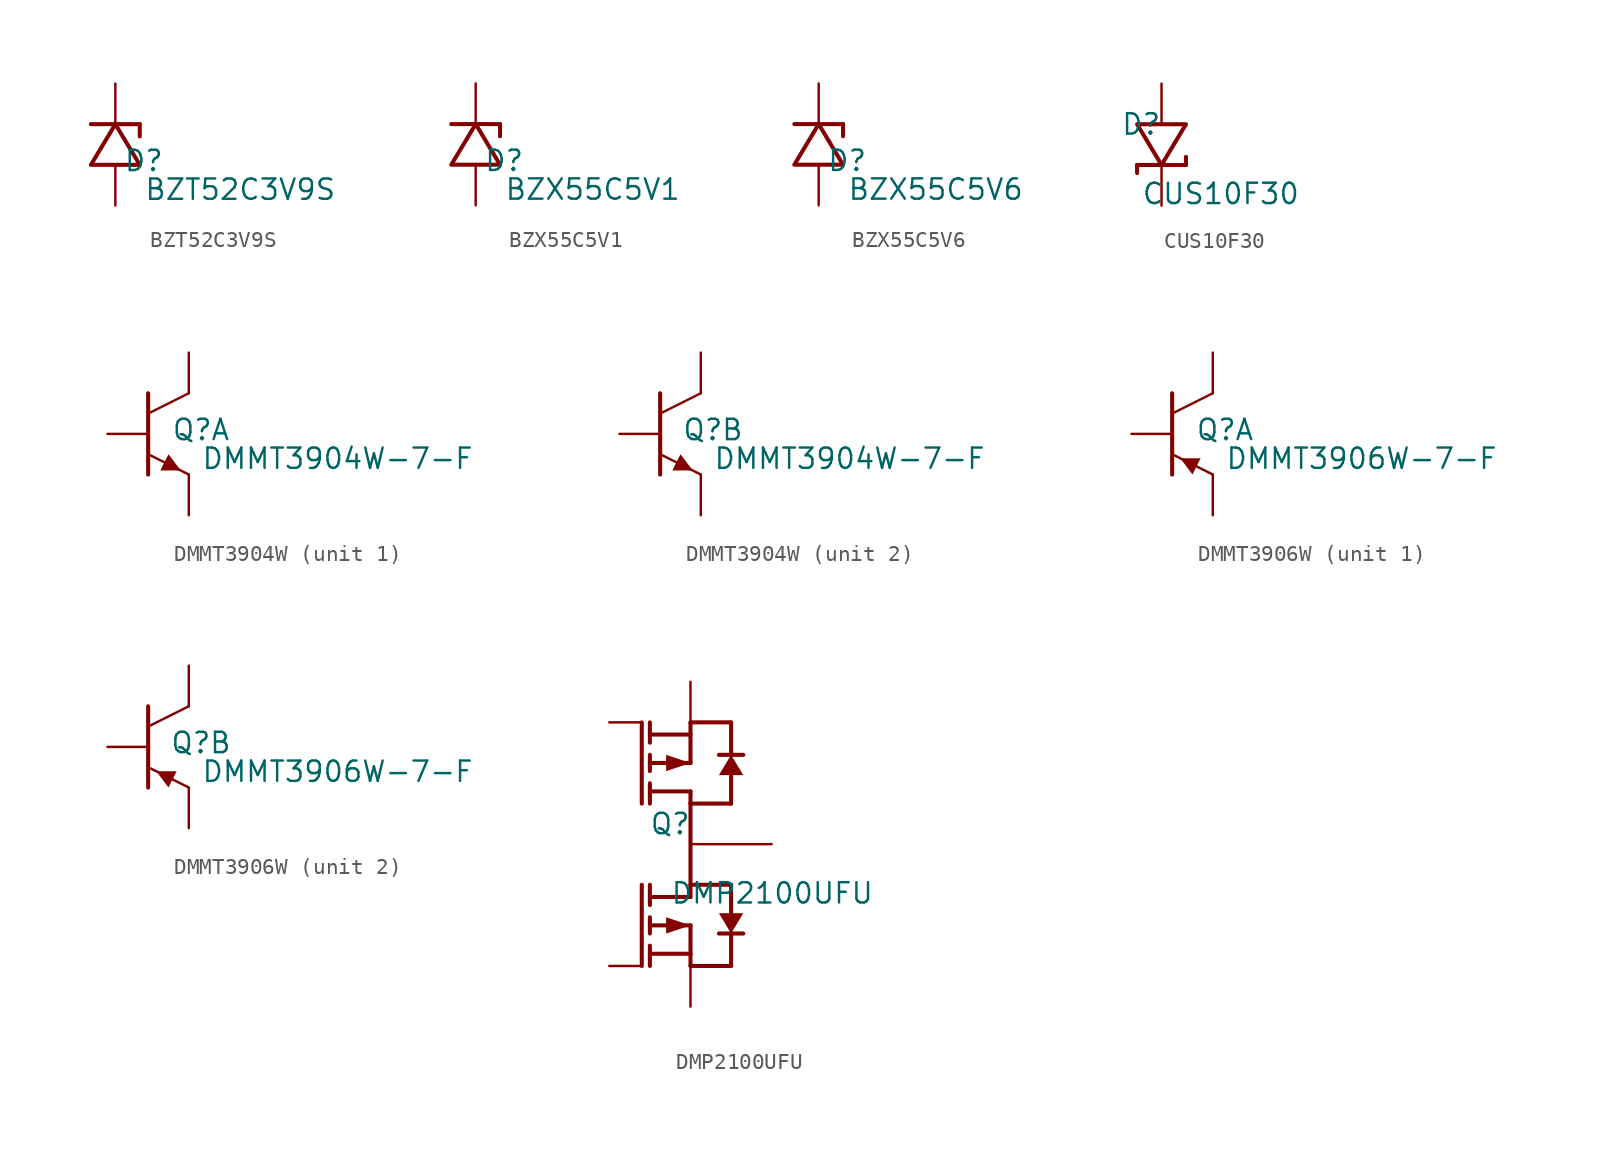
<source format=kicad_sym>
(kicad_symbol_lib
  (version 20231120)
  (generator "kicad_symbol_editor")
  (generator_version "8.0")
  (symbol "BZT52C3V9S"
    (property "Reference" "D"
      (at 1.778 -1.016 0)
      (effects (font (size 1.27 1.27))))
    (property "Value" "BZT52C3V9S"
      (at 1.778 -3.556 0)
      (effects (font (size 1.27 1.27)) (justify left bottom)))
    (symbol "BZT52C3V9S_1_0"
      (polyline (pts (xy -1.524 1.27) (xy 1.524 1.27)) (stroke (width 0.254) (type solid)) (fill (type none)))
      (polyline (pts (xy 1.524 1.27) (xy 1.524 0.508)) (stroke (width 0.254) (type solid)) (fill (type none)))
      (polyline (pts (xy 1.524 -1.27) (xy -1.524 -1.27) (xy 0 1.27) (xy 1.524 -1.27)) (stroke (width 0.254) (type solid)) (fill (type none)))
      (pin passive line (at 0 -3.81 90) (length 2.54) (name "A" (effects (font (size 0 0)))) (number "A" (effects (font (size 0 0)))))
      (pin passive line (at 0 3.81 270) (length 2.54) (name "K" (effects (font (size 0 0)))) (number "K" (effects (font (size 0 0)))))))
  (symbol "BZX55C5V1"
    (property "Reference" "D"
      (at 1.778 -1.016 0)
      (effects (font (size 1.27 1.27))))
    (property "Value" "BZX55C5V1"
      (at 1.778 -3.556 0)
      (effects (font (size 1.27 1.27)) (justify left bottom)))
    (symbol "BZX55C5V1_1_0"
      (polyline (pts (xy -1.524 1.27) (xy 1.524 1.27)) (stroke (width 0.254) (type solid)) (fill (type none)))
      (polyline (pts (xy 1.524 1.27) (xy 1.524 0.508)) (stroke (width 0.254) (type solid)) (fill (type none)))
      (polyline (pts (xy 1.524 -1.27) (xy -1.524 -1.27) (xy 0 1.27) (xy 1.524 -1.27)) (stroke (width 0.254) (type solid)) (fill (type none)))
      (pin passive line (at 0 -3.81 90) (length 2.54) (name "A" (effects (font (size 0 0)))) (number "A" (effects (font (size 0 0)))))
      (pin passive line (at 0 3.81 270) (length 2.54) (name "K" (effects (font (size 0 0)))) (number "K" (effects (font (size 0 0)))))))
  (symbol "BZX55C5V6"
    (property "Reference" "D"
      (at 1.778 -1.016 0)
      (effects (font (size 1.27 1.27))))
    (property "Value" "BZX55C5V6"
      (at 1.778 -3.556 0)
      (effects (font (size 1.27 1.27)) (justify left bottom)))
    (symbol "BZX55C5V6_1_0"
      (polyline (pts (xy -1.524 1.27) (xy 1.524 1.27)) (stroke (width 0.254) (type solid)) (fill (type none)))
      (polyline (pts (xy 1.524 1.27) (xy 1.524 0.508)) (stroke (width 0.254) (type solid)) (fill (type none)))
      (polyline (pts (xy 1.524 -1.27) (xy -1.524 -1.27) (xy 0 1.27) (xy 1.524 -1.27)) (stroke (width 0.254) (type solid)) (fill (type none)))
      (pin passive line (at 0 -3.81 90) (length 2.54) (name "A" (effects (font (size 0 0)))) (number "A" (effects (font (size 0 0)))))
      (pin passive line (at 0 3.81 270) (length 2.54) (name "K" (effects (font (size 0 0)))) (number "K" (effects (font (size 0 0)))))))
  (symbol "CUS10F30"
    (property "Reference" "D"
      (at -1.27 1.27 0)
      (effects (font (size 1.27 1.27))))
    (property "Value" "CUS10F30"
      (at -1.27 -3.81 0)
      (effects (font (size 1.27 1.27)) (justify left bottom)))
    (symbol "CUS10F30_1_0"
      (polyline (pts (xy -1.524 -1.27) (xy -1.524 -1.778)) (stroke (width 0.254) (type solid)) (fill (type none)))
      (polyline (pts (xy 1.524 -1.27) (xy -1.524 -1.27)) (stroke (width 0.254) (type solid)) (fill (type none)))
      (polyline (pts (xy 1.524 -1.27) (xy 1.524 -0.762)) (stroke (width 0.254) (type solid)) (fill (type none)))
      (polyline (pts (xy -1.524 1.27) (xy 1.524 1.27) (xy 0 -1.27) (xy -1.524 1.27)) (stroke (width 0.254) (type solid)) (fill (type none)))
      (pin passive line (at 0 3.81 270) (length 2.54) (name "A" (effects (font (size 0 0)))) (number "A" (effects (font (size 0 0)))))
      (pin passive line (at 0 -3.81 90) (length 2.54) (name "K" (effects (font (size 0 0)))) (number "K" (effects (font (size 0 0)))))))
  (symbol "DMMT3904W"
    (property "Reference" "Q"
      (at 3.302 0.254 0)
      (effects (font (size 1.27 1.27))))
    (property "Value" "DMMT3904W-7-F"
      (at 3.302 -2.286 0)
      (effects (font (size 1.27 1.27)) (justify left bottom)))
    (symbol "DMMT3904W_1_0"
      (polyline (pts (xy 0 2.54) (xy 0 -2.54)) (stroke (width 0.254) (type solid)) (fill (type none)))
      (polyline (pts (xy 2.54 -2.54) (xy 0 -1.27)) (stroke (width 0.152) (type solid)) (fill (type none)))
      (polyline (pts (xy 2.54 2.54) (xy 0 1.27)) (stroke (width 0.152) (type solid)) (fill (type none)))
      (polyline (pts (xy 2.032 -2.286) (xy 0.762 -2.286) (xy 1.27 -1.27) (xy 2.032 -2.286) (xy 2.032 -2.286)) (stroke (width -0.0001) (type solid)) (fill (type outline)))
      (pin passive line (at -2.54 0 0) (length 2.54) (name "B" (effects (font (size 0 0)))) (number "2" (effects (font (size 0 0)))))
      (pin passive line (at 2.54 5.08 270) (length 2.54) (name "C" (effects (font (size 0 0)))) (number "3" (effects (font (size 0 0)))))
      (pin passive line (at 2.54 -5.08 90) (length 2.54) (name "E" (effects (font (size 0 0)))) (number "4" (effects (font (size 0 0))))))
    (symbol "DMMT3904W_2_0"
      (polyline (pts (xy 0 2.54) (xy 0 -2.54)) (stroke (width 0.254) (type solid)) (fill (type none)))
      (polyline (pts (xy 2.54 -2.54) (xy 0 -1.27)) (stroke (width 0.152) (type solid)) (fill (type none)))
      (polyline (pts (xy 2.54 2.54) (xy 0 1.27)) (stroke (width 0.152) (type solid)) (fill (type none)))
      (polyline (pts (xy 2.032 -2.286) (xy 0.762 -2.286) (xy 1.27 -1.27) (xy 2.032 -2.286) (xy 2.032 -2.286)) (stroke (width -0.0001) (type solid)) (fill (type outline)))
      (pin passive line (at -2.54 0 0) (length 2.54) (name "B" (effects (font (size 0 0)))) (number "1" (effects (font (size 0 0)))))
      (pin passive line (at 2.54 -5.08 90) (length 2.54) (name "E" (effects (font (size 0 0)))) (number "5" (effects (font (size 0 0)))))
      (pin passive line (at 2.54 5.08 270) (length 2.54) (name "C" (effects (font (size 0 0)))) (number "6" (effects (font (size 0 0)))))))
  (symbol "DMMT3906W"
    (property "Reference" "Q"
      (at 3.302 0.254 0)
      (effects (font (size 1.27 1.27))))
    (property "Value" "DMMT3906W-7-F"
      (at 3.302 -2.286 0)
      (effects (font (size 1.27 1.27)) (justify left bottom)))
    (symbol "DMMT3906W_1_0"
      (polyline (pts (xy 0 2.54) (xy 0 -2.54)) (stroke (width 0.254) (type solid)) (fill (type none)))
      (polyline (pts (xy 2.54 -2.54) (xy 0 -1.27)) (stroke (width 0.152) (type solid)) (fill (type none)))
      (polyline (pts (xy 2.54 2.54) (xy 0 1.27)) (stroke (width 0.152) (type solid)) (fill (type none)))
      (polyline (pts (xy 0.508 -1.524) (xy 1.778 -1.524) (xy 1.27 -2.54) (xy 0.508 -1.524) (xy 0.508 -1.524)) (stroke (width -0.0001) (type solid)) (fill (type outline)))
      (pin passive line (at -2.54 0 0) (length 2.54) (name "B" (effects (font (size 0 0)))) (number "2" (effects (font (size 0 0)))))
      (pin passive line (at 2.54 5.08 270) (length 2.54) (name "C" (effects (font (size 0 0)))) (number "3" (effects (font (size 0 0)))))
      (pin passive line (at 2.54 -5.08 90) (length 2.54) (name "E" (effects (font (size 0 0)))) (number "4" (effects (font (size 0 0))))))
    (symbol "DMMT3906W_2_0"
      (polyline (pts (xy 0 2.54) (xy 0 -2.54)) (stroke (width 0.254) (type solid)) (fill (type none)))
      (polyline (pts (xy 2.54 -2.54) (xy 0 -1.27)) (stroke (width 0.152) (type solid)) (fill (type none)))
      (polyline (pts (xy 2.54 2.54) (xy 0 1.27)) (stroke (width 0.152) (type solid)) (fill (type none)))
      (polyline (pts (xy 0.508 -1.524) (xy 1.778 -1.524) (xy 1.27 -2.54) (xy 0.508 -1.524) (xy 0.508 -1.524)) (stroke (width -0.0001) (type solid)) (fill (type outline)))
      (pin passive line (at -2.54 0 0) (length 2.54) (name "B" (effects (font (size 0 0)))) (number "1" (effects (font (size 0 0)))))
      (pin passive line (at 2.54 -5.08 90) (length 2.54) (name "E" (effects (font (size 0 0)))) (number "5" (effects (font (size 0 0)))))
      (pin passive line (at 2.54 5.08 270) (length 2.54) (name "C" (effects (font (size 0 0)))) (number "6" (effects (font (size 0 0)))))))
  (symbol "DMP2100UFU"
    (property "Reference" "Q"
      (at -1.27 1.27 0)
      (effects (font (size 1.27 1.27))))
    (property "Value" "DMP2100UFU"
      (at -1.27 -3.81 0)
      (effects (font (size 1.27 1.27)) (justify left bottom)))
    (symbol "DMP2100UFU_1_0"
      (polyline (pts (xy -3.048 -2.54) (xy -3.048 -7.62)) (stroke (width 0.254) (type solid)) (fill (type none)))
      (polyline (pts (xy -3.048 2.54) (xy -3.048 7.62)) (stroke (width 0.254) (type solid)) (fill (type none)))
      (polyline (pts (xy -2.54 -7.62) (xy -2.54 -6.35)) (stroke (width 0.254) (type solid)) (fill (type none)))
      (polyline (pts (xy -2.54 -5.588) (xy -2.54 -4.572)) (stroke (width 0.254) (type solid)) (fill (type none)))
      (polyline (pts (xy -2.54 -2.54) (xy -2.54 -3.81)) (stroke (width 0.254) (type solid)) (fill (type none)))
      (polyline (pts (xy -2.54 2.54) (xy -2.54 3.81)) (stroke (width 0.254) (type solid)) (fill (type none)))
      (polyline (pts (xy -2.54 5.588) (xy -2.54 4.572)) (stroke (width 0.254) (type solid)) (fill (type none)))
      (polyline (pts (xy -2.54 7.62) (xy -2.54 6.35)) (stroke (width 0.254) (type solid)) (fill (type none)))
      (polyline (pts (xy 0 -7.62) (xy 2.54 -7.62)) (stroke (width 0.254) (type solid)) (fill (type none)))
      (polyline (pts (xy 0 -6.858) (xy -2.54 -6.858)) (stroke (width 0.254) (type solid)) (fill (type none)))
      (polyline (pts (xy 0 -5.08) (xy -2.54 -5.08)) (stroke (width 0.254) (type solid)) (fill (type none)))
      (polyline (pts (xy 0 -5.08) (xy 0 -7.62)) (stroke (width 0.254) (type solid)) (fill (type none)))
      (polyline (pts (xy 0 -3.302) (xy -2.54 -3.302)) (stroke (width 0.254) (type solid)) (fill (type none)))
      (polyline (pts (xy 0 -3.302) (xy 0 -2.54)) (stroke (width 0.254) (type solid)) (fill (type none)))
      (polyline (pts (xy 0 -2.54) (xy 2.54 -2.54)) (stroke (width 0.254) (type solid)) (fill (type none)))
      (polyline (pts (xy 0 2.54) (xy 0 -2.54)) (stroke (width 0.254) (type solid)) (fill (type none)))
      (polyline (pts (xy 0 2.54) (xy 2.54 2.54)) (stroke (width 0.254) (type solid)) (fill (type none)))
      (polyline (pts (xy 0 3.302) (xy -2.54 3.302)) (stroke (width 0.254) (type solid)) (fill (type none)))
      (polyline (pts (xy 0 3.302) (xy 0 2.54)) (stroke (width 0.254) (type solid)) (fill (type none)))
      (polyline (pts (xy 0 5.08) (xy -2.54 5.08)) (stroke (width 0.254) (type solid)) (fill (type none)))
      (polyline (pts (xy 0 5.08) (xy 0 7.62)) (stroke (width 0.254) (type solid)) (fill (type none)))
      (polyline (pts (xy 0 6.858) (xy -2.54 6.858)) (stroke (width 0.254) (type solid)) (fill (type none)))
      (polyline (pts (xy 0 7.62) (xy 2.54 7.62)) (stroke (width 0.254) (type solid)) (fill (type none)))
      (polyline (pts (xy 1.778 -5.588) (xy 3.302 -5.588)) (stroke (width 0.254) (type solid)) (fill (type none)))
      (polyline (pts (xy 1.778 5.588) (xy 3.302 5.588)) (stroke (width 0.254) (type solid)) (fill (type none)))
      (polyline (pts (xy 2.54 -7.62) (xy 2.54 -5.588)) (stroke (width 0.254) (type solid)) (fill (type none)))
      (polyline (pts (xy 2.54 -2.54) (xy 2.54 -4.572)) (stroke (width 0.254) (type solid)) (fill (type none)))
      (polyline (pts (xy 2.54 2.54) (xy 2.54 4.572)) (stroke (width 0.254) (type solid)) (fill (type none)))
      (polyline (pts (xy 2.54 7.62) (xy 2.54 5.588)) (stroke (width 0.254) (type solid)) (fill (type none)))
      (polyline (pts (xy 0 -5.08) (xy -1.524 -4.572) (xy -1.524 -5.588) (xy 0 -5.08)) (stroke (width -0.0001) (type solid)) (fill (type outline)))
      (polyline (pts (xy 0 5.08) (xy -1.524 4.572) (xy -1.524 5.588) (xy 0 5.08)) (stroke (width -0.0001) (type solid)) (fill (type outline)))
      (polyline (pts (xy 2.54 -5.588) (xy 3.302 -4.318) (xy 1.778 -4.318) (xy 2.54 -5.588)) (stroke (width -0.0001) (type solid)) (fill (type outline)))
      (polyline (pts (xy 2.54 5.588) (xy 3.302 4.318) (xy 1.778 4.318) (xy 2.54 5.588)) (stroke (width -0.0001) (type solid)) (fill (type outline)))
      (pin passive line (at 0 -10.16 90) (length 2.54) (name "S" (effects (font (size 0 0)))) (number "1" (effects (font (size 0 0)))))
      (pin passive line (at -5.08 -7.62 0) (length 2.032) (name "G" (effects (font (size 0 0)))) (number "2" (effects (font (size 0 0)))))
      (pin passive line (at -5.08 7.62 0) (length 2.032) (name "G" (effects (font (size 0 0)))) (number "3" (effects (font (size 0 0)))))
      (pin passive line (at 0 10.16 270) (length 2.54) (name "D" (effects (font (size 0 0)))) (number "4" (effects (font (size 0 0)))))
      (pin passive line (at 5.08 0 180) (length 5.08) (name "S" (effects (font (size 0 0)))) (number "5" (effects (font (size 0 0))))))))
</source>
